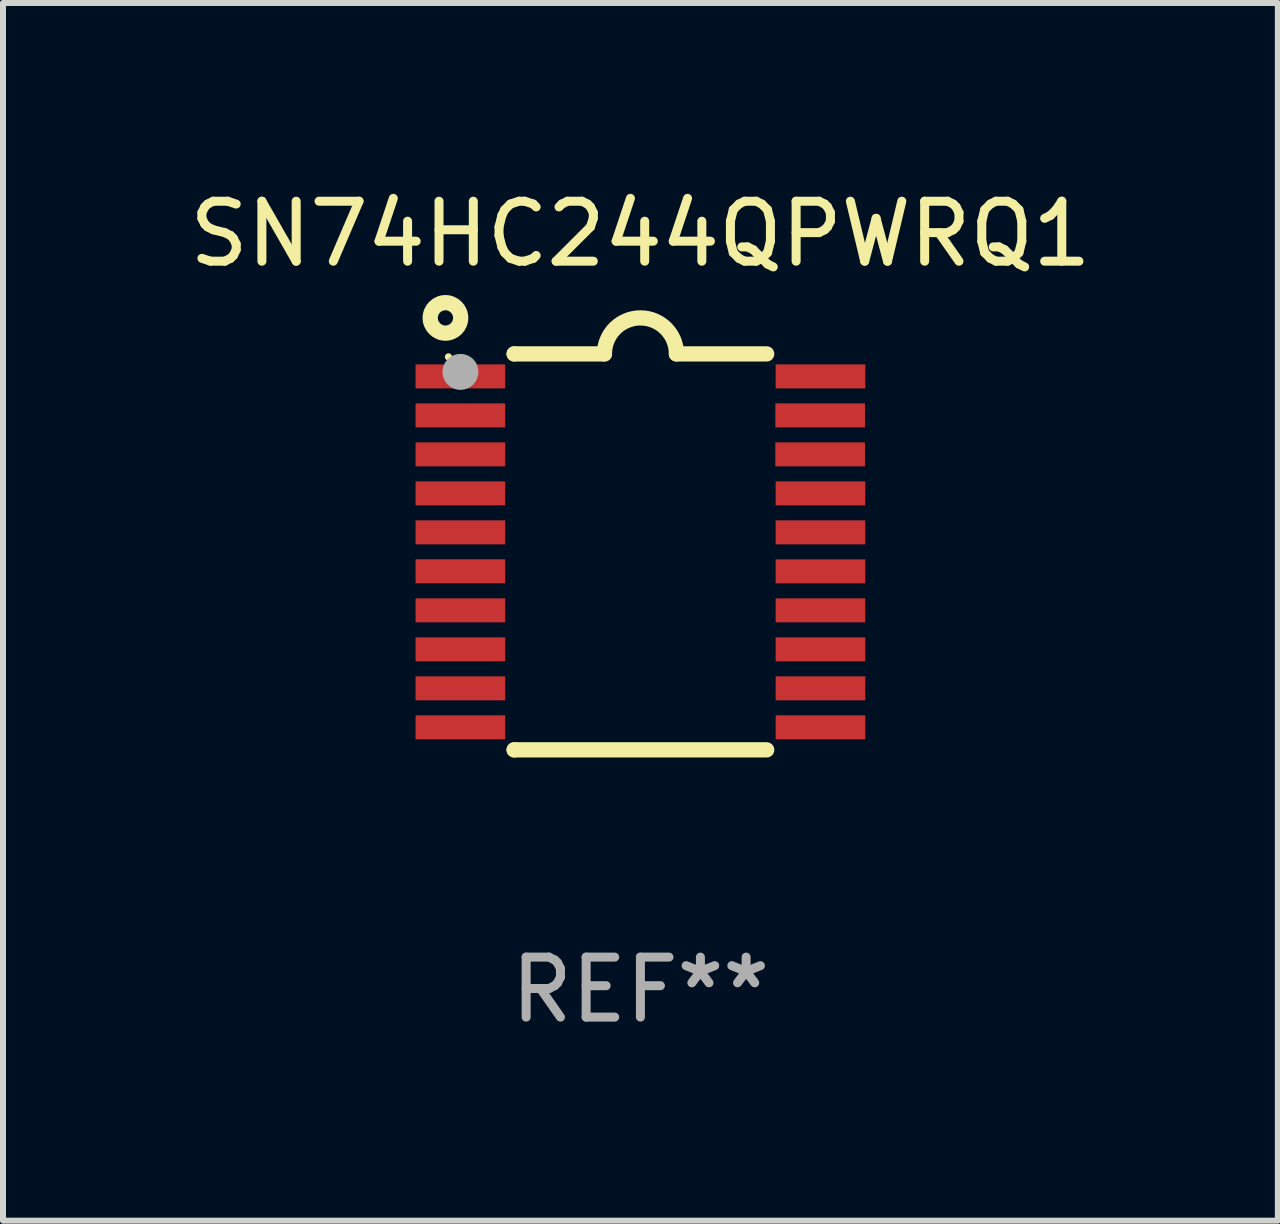
<source format=kicad_pcb>
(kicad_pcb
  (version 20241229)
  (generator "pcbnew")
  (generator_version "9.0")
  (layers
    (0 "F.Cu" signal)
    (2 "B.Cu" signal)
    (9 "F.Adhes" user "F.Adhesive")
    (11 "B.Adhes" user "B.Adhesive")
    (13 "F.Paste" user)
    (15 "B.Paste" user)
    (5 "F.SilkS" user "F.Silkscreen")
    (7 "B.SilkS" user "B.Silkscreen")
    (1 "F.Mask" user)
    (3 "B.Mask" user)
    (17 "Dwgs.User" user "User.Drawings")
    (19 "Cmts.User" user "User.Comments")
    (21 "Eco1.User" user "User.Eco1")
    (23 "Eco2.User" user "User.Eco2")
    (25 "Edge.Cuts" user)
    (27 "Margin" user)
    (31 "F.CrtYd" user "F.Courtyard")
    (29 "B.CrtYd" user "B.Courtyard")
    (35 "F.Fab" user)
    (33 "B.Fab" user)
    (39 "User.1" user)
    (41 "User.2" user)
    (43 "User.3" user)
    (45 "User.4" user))
  (footprint "SN74HC244QPWRQ1"
    (layer "F.Cu")
    (at 7.625 6.149)
    (property "Reference" "SN74HC244QPWRQ1" (at 0 -5.3 0) (layer "F.SilkS") (effects (font (size 1 1) (thickness 0.15))))
    (attr through_hole)
    (fp_line (start -2.105 -3.3) (end -2.105 -3.3) (stroke (width 0.254) (type solid)) (layer "F.SilkS"))
    (fp_line (start -2.105 -3.3) (end -0.6 -3.3) (stroke (width 0.254) (type solid)) (layer "F.SilkS"))
    (fp_line (start -2.105 3.3) (end -2.105 3.3) (stroke (width 0.254) (type solid)) (layer "F.SilkS"))
    (fp_line (start 0.6 -3.3) (end 2.105 -3.3) (stroke (width 0.254) (type solid)) (layer "F.SilkS"))
    (fp_line (start 2.105 3.3) (end -2.105 3.3) (stroke (width 0.254) (type solid)) (layer "F.SilkS"))
    (fp_arc (start -0.599924 -3.300026) (mid 0.000114 -3.897415) (end 0.600152 -3.300025) (stroke (width 0.254001) (type solid)) (layer "F.SilkS"))
    (fp_circle (center -3.25 -3.9) (end -2.996 -3.9) (stroke (width 0.254) (type solid)) (fill no) (layer "F.SilkS"))
    (fp_circle (center -3.2 -3.25) (end -3.17 -3.25) (stroke (width 0.06) (type solid)) (fill no) (layer "F.SilkS"))
    (fp_circle (center -3 -3) (end -2.85 -3) (stroke (width 0.3) (type solid)) (fill no) (layer "F.Fab"))
    (fp_text user "REF**" (at 0 7.3 0) (layer "F.Fab") (effects (font (size 1 1) (thickness 0.15))))
    (pad "1" smd rect (at -3.001 -2.925 270) (size 0.4 1.494) (layers "F.Cu" "F.Mask" "F.Paste"))
    (pad "2" smd rect (at -3.001 -2.275 270) (size 0.4 1.494) (layers "F.Cu" "F.Mask" "F.Paste"))
    (pad "3" smd rect (at -3.001 -1.625 270) (size 0.4 1.494) (layers "F.Cu" "F.Mask" "F.Paste"))
    (pad "4" smd rect (at -3.001 -0.975 270) (size 0.4 1.494) (layers "F.Cu" "F.Mask" "F.Paste"))
    (pad "5" smd rect (at -3.001 -0.325 270) (size 0.4 1.494) (layers "F.Cu" "F.Mask" "F.Paste"))
    (pad "6" smd rect (at -3.001 0.324 270) (size 0.4 1.494) (layers "F.Cu" "F.Mask" "F.Paste"))
    (pad "7" smd rect (at -3.001 0.975 270) (size 0.4 1.494) (layers "F.Cu" "F.Mask" "F.Paste"))
    (pad "8" smd rect (at -3.001 1.625 270) (size 0.4 1.494) (layers "F.Cu" "F.Mask" "F.Paste"))
    (pad "9" smd rect (at -3.001 2.275 270) (size 0.4 1.494) (layers "F.Cu" "F.Mask" "F.Paste"))
    (pad "10" smd rect (at -3.001 2.925 270) (size 0.4 1.494) (layers "F.Cu" "F.Mask" "F.Paste"))
    (pad "11" smd rect (at 3.001 2.925 270) (size 0.4 1.494) (layers "F.Cu" "F.Mask" "F.Paste"))
    (pad "12" smd rect (at 3.001 2.275 270) (size 0.4 1.494) (layers "F.Cu" "F.Mask" "F.Paste"))
    (pad "13" smd rect (at 3.001 1.625 270) (size 0.4 1.494) (layers "F.Cu" "F.Mask" "F.Paste"))
    (pad "14" smd rect (at 3.001 0.975 270) (size 0.4 1.494) (layers "F.Cu" "F.Mask" "F.Paste"))
    (pad "15" smd rect (at 3.001 0.325 270) (size 0.4 1.494) (layers "F.Cu" "F.Mask" "F.Paste"))
    (pad "16" smd rect (at 3.001 -0.325 270) (size 0.4 1.494) (layers "F.Cu" "F.Mask" "F.Paste"))
    (pad "17" smd rect (at 3.001 -0.975 270) (size 0.4 1.494) (layers "F.Cu" "F.Mask" "F.Paste"))
    (pad "18" smd rect (at 2.996 -1.625 270) (size 0.4 1.494) (layers "F.Cu" "F.Mask" "F.Paste"))
    (pad "19" smd rect (at 2.996 -2.275 270) (size 0.4 1.494) (layers "F.Cu" "F.Mask" "F.Paste"))
    (pad "20" smd rect (at 3.001 -2.925 270) (size 0.4 1.494) (layers "F.Cu" "F.Mask" "F.Paste")))
  (gr_rect
    (start -3 -3)
    (end 18.25 17.297)
    (stroke (width 0.1) (type default))
    (fill no)
    (layer "Edge.Cuts")))
</source>
